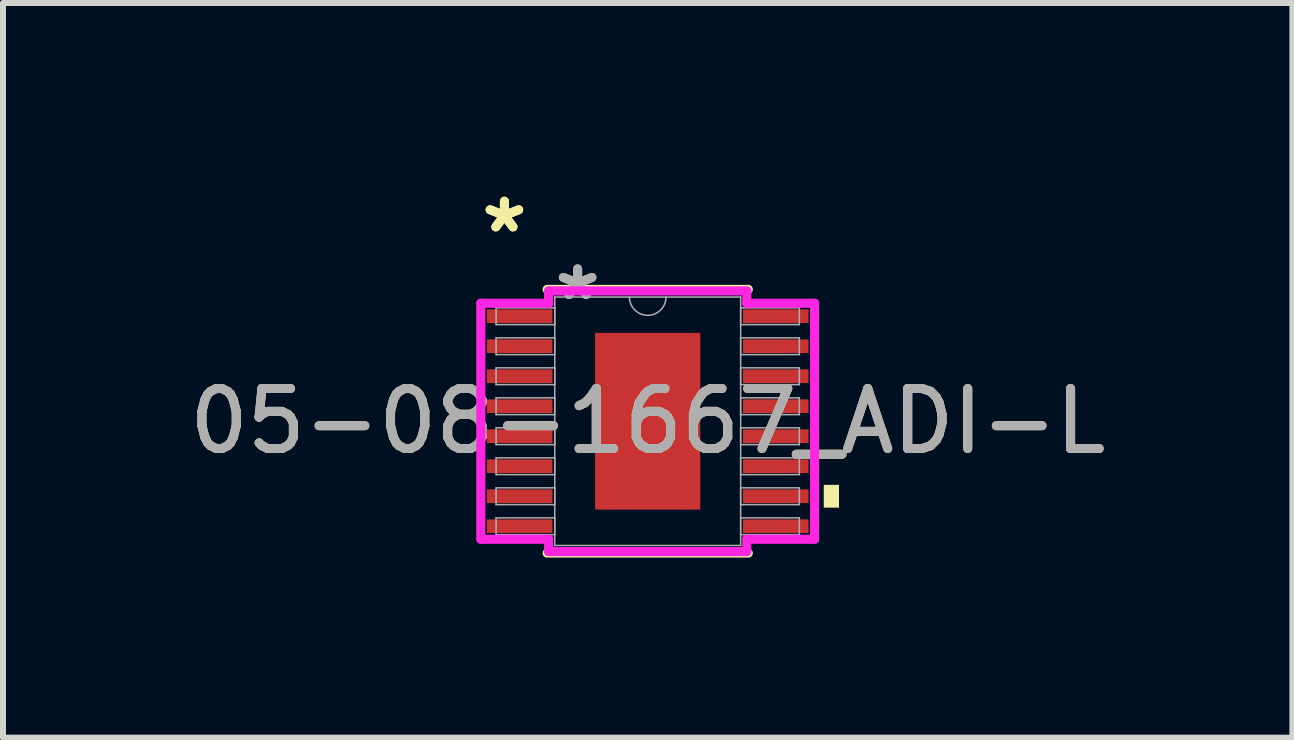
<source format=kicad_pcb>
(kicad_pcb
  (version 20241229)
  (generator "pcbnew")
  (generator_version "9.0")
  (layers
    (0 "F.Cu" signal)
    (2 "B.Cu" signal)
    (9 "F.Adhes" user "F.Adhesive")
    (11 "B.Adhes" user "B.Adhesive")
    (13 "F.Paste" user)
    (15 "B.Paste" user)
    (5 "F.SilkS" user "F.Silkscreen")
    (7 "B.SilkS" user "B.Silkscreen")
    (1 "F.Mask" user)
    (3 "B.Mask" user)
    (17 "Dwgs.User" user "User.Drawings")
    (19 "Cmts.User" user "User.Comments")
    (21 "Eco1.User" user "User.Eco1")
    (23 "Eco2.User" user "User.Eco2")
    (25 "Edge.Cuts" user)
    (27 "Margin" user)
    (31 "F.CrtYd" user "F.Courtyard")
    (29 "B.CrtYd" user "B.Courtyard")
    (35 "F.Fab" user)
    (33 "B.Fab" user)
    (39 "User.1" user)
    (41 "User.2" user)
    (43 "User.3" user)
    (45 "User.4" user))
  (footprint "05-08-1667_ADI-L"
    (layer "F.Cu")
    (at 7.744 3.97)
    (property "Reference" "05-08-1667_ADI-L" (at 0 0 0) (unlocked yes) (layer "F.SilkS") (effects (font (size 1 1) (thickness 0.15))))
    (attr smd)
    (fp_line (start -1.676 2.197) (end 1.676 2.197) (stroke (width 0.152) (type solid)) (layer "F.SilkS"))
    (fp_line (start 1.676 -2.197) (end -1.676 -2.197) (stroke (width 0.152) (type solid)) (layer "F.SilkS"))
    (fp_poly (pts (xy 3.188 1.06) (xy 3.188 1.44) (xy 2.934 1.44) (xy 2.934 1.06)) (stroke (width 0) (type solid)) (fill yes) (layer "F.SilkS"))
    (fp_poly (pts (xy -0.776 -1.373) (xy -0.776 -0.1) (xy 0.776 -0.1) (xy 0.776 -1.373)) (stroke (width 0) (type solid)) (fill yes) (layer "F.Paste"))
    (fp_poly (pts (xy -0.776 0.1) (xy -0.776 1.373) (xy 0.776 1.373) (xy 0.776 0.1)) (stroke (width 0) (type solid)) (fill yes) (layer "F.Paste"))
    (fp_line (start -2.781 -1.966) (end -1.651 -1.966) (stroke (width 0.152) (type solid)) (layer "F.CrtYd"))
    (fp_line (start -2.781 1.966) (end -2.781 -1.966) (stroke (width 0.152) (type solid)) (layer "F.CrtYd"))
    (fp_line (start -2.781 1.966) (end -1.651 1.966) (stroke (width 0.152) (type solid)) (layer "F.CrtYd"))
    (fp_line (start -1.651 -2.172) (end 1.651 -2.172) (stroke (width 0.152) (type solid)) (layer "F.CrtYd"))
    (fp_line (start -1.651 -1.966) (end -1.651 -2.172) (stroke (width 0.152) (type solid)) (layer "F.CrtYd"))
    (fp_line (start -1.651 2.172) (end -1.651 1.966) (stroke (width 0.152) (type solid)) (layer "F.CrtYd"))
    (fp_line (start 1.651 -2.172) (end 1.651 -1.966) (stroke (width 0.152) (type solid)) (layer "F.CrtYd"))
    (fp_line (start 1.651 1.966) (end 1.651 2.172) (stroke (width 0.152) (type solid)) (layer "F.CrtYd"))
    (fp_line (start 1.651 2.172) (end -1.651 2.172) (stroke (width 0.152) (type solid)) (layer "F.CrtYd"))
    (fp_line (start 2.781 -1.966) (end 1.651 -1.966) (stroke (width 0.152) (type solid)) (layer "F.CrtYd"))
    (fp_line (start 2.781 -1.966) (end 2.781 1.966) (stroke (width 0.152) (type solid)) (layer "F.CrtYd"))
    (fp_line (start 2.781 1.966) (end 1.651 1.966) (stroke (width 0.152) (type solid)) (layer "F.CrtYd"))
    (fp_line (start -2.527 -1.89) (end -2.527 -1.61) (stroke (width 0.025) (type solid)) (layer "F.Fab"))
    (fp_line (start -2.527 -1.61) (end -1.549 -1.61) (stroke (width 0.025) (type solid)) (layer "F.Fab"))
    (fp_line (start -2.527 -1.39) (end -2.527 -1.11) (stroke (width 0.025) (type solid)) (layer "F.Fab"))
    (fp_line (start -2.527 -1.11) (end -1.549 -1.11) (stroke (width 0.025) (type solid)) (layer "F.Fab"))
    (fp_line (start -2.527 -0.89) (end -2.527 -0.61) (stroke (width 0.025) (type solid)) (layer "F.Fab"))
    (fp_line (start -2.527 -0.61) (end -1.549 -0.61) (stroke (width 0.025) (type solid)) (layer "F.Fab"))
    (fp_line (start -2.527 -0.39) (end -2.527 -0.11) (stroke (width 0.025) (type solid)) (layer "F.Fab"))
    (fp_line (start -2.527 -0.11) (end -1.549 -0.11) (stroke (width 0.025) (type solid)) (layer "F.Fab"))
    (fp_line (start -2.527 0.11) (end -2.527 0.39) (stroke (width 0.025) (type solid)) (layer "F.Fab"))
    (fp_line (start -2.527 0.39) (end -1.549 0.39) (stroke (width 0.025) (type solid)) (layer "F.Fab"))
    (fp_line (start -2.527 0.61) (end -2.527 0.89) (stroke (width 0.025) (type solid)) (layer "F.Fab"))
    (fp_line (start -2.527 0.89) (end -1.549 0.89) (stroke (width 0.025) (type solid)) (layer "F.Fab"))
    (fp_line (start -2.527 1.11) (end -2.527 1.39) (stroke (width 0.025) (type solid)) (layer "F.Fab"))
    (fp_line (start -2.527 1.39) (end -1.549 1.39) (stroke (width 0.025) (type solid)) (layer "F.Fab"))
    (fp_line (start -2.527 1.61) (end -2.527 1.89) (stroke (width 0.025) (type solid)) (layer "F.Fab"))
    (fp_line (start -2.527 1.89) (end -1.549 1.89) (stroke (width 0.025) (type solid)) (layer "F.Fab"))
    (fp_line (start -1.549 -2.07) (end -1.549 2.07) (stroke (width 0.025) (type solid)) (layer "F.Fab"))
    (fp_line (start -1.549 -1.89) (end -2.527 -1.89) (stroke (width 0.025) (type solid)) (layer "F.Fab"))
    (fp_line (start -1.549 -1.61) (end -1.549 -1.89) (stroke (width 0.025) (type solid)) (layer "F.Fab"))
    (fp_line (start -1.549 -1.39) (end -2.527 -1.39) (stroke (width 0.025) (type solid)) (layer "F.Fab"))
    (fp_line (start -1.549 -1.11) (end -1.549 -1.39) (stroke (width 0.025) (type solid)) (layer "F.Fab"))
    (fp_line (start -1.549 -0.89) (end -2.527 -0.89) (stroke (width 0.025) (type solid)) (layer "F.Fab"))
    (fp_line (start -1.549 -0.61) (end -1.549 -0.89) (stroke (width 0.025) (type solid)) (layer "F.Fab"))
    (fp_line (start -1.549 -0.39) (end -2.527 -0.39) (stroke (width 0.025) (type solid)) (layer "F.Fab"))
    (fp_line (start -1.549 -0.11) (end -1.549 -0.39) (stroke (width 0.025) (type solid)) (layer "F.Fab"))
    (fp_line (start -1.549 0.11) (end -2.527 0.11) (stroke (width 0.025) (type solid)) (layer "F.Fab"))
    (fp_line (start -1.549 0.39) (end -1.549 0.11) (stroke (width 0.025) (type solid)) (layer "F.Fab"))
    (fp_line (start -1.549 0.61) (end -2.527 0.61) (stroke (width 0.025) (type solid)) (layer "F.Fab"))
    (fp_line (start -1.549 0.89) (end -1.549 0.61) (stroke (width 0.025) (type solid)) (layer "F.Fab"))
    (fp_line (start -1.549 1.11) (end -2.527 1.11) (stroke (width 0.025) (type solid)) (layer "F.Fab"))
    (fp_line (start -1.549 1.39) (end -1.549 1.11) (stroke (width 0.025) (type solid)) (layer "F.Fab"))
    (fp_line (start -1.549 1.61) (end -2.527 1.61) (stroke (width 0.025) (type solid)) (layer "F.Fab"))
    (fp_line (start -1.549 1.89) (end -1.549 1.61) (stroke (width 0.025) (type solid)) (layer "F.Fab"))
    (fp_line (start -1.549 2.07) (end 1.549 2.07) (stroke (width 0.025) (type solid)) (layer "F.Fab"))
    (fp_line (start 1.549 -2.07) (end -1.549 -2.07) (stroke (width 0.025) (type solid)) (layer "F.Fab"))
    (fp_line (start 1.549 -1.89) (end 1.549 -1.61) (stroke (width 0.025) (type solid)) (layer "F.Fab"))
    (fp_line (start 1.549 -1.61) (end 2.527 -1.61) (stroke (width 0.025) (type solid)) (layer "F.Fab"))
    (fp_line (start 1.549 -1.39) (end 1.549 -1.11) (stroke (width 0.025) (type solid)) (layer "F.Fab"))
    (fp_line (start 1.549 -1.11) (end 2.527 -1.11) (stroke (width 0.025) (type solid)) (layer "F.Fab"))
    (fp_line (start 1.549 -0.89) (end 1.549 -0.61) (stroke (width 0.025) (type solid)) (layer "F.Fab"))
    (fp_line (start 1.549 -0.61) (end 2.527 -0.61) (stroke (width 0.025) (type solid)) (layer "F.Fab"))
    (fp_line (start 1.549 -0.39) (end 1.549 -0.11) (stroke (width 0.025) (type solid)) (layer "F.Fab"))
    (fp_line (start 1.549 -0.11) (end 2.527 -0.11) (stroke (width 0.025) (type solid)) (layer "F.Fab"))
    (fp_line (start 1.549 0.11) (end 1.549 0.39) (stroke (width 0.025) (type solid)) (layer "F.Fab"))
    (fp_line (start 1.549 0.39) (end 2.527 0.39) (stroke (width 0.025) (type solid)) (layer "F.Fab"))
    (fp_line (start 1.549 0.61) (end 1.549 0.89) (stroke (width 0.025) (type solid)) (layer "F.Fab"))
    (fp_line (start 1.549 0.89) (end 2.527 0.89) (stroke (width 0.025) (type solid)) (layer "F.Fab"))
    (fp_line (start 1.549 1.11) (end 1.549 1.39) (stroke (width 0.025) (type solid)) (layer "F.Fab"))
    (fp_line (start 1.549 1.39) (end 2.527 1.39) (stroke (width 0.025) (type solid)) (layer "F.Fab"))
    (fp_line (start 1.549 1.61) (end 1.549 1.89) (stroke (width 0.025) (type solid)) (layer "F.Fab"))
    (fp_line (start 1.549 1.89) (end 2.527 1.89) (stroke (width 0.025) (type solid)) (layer "F.Fab"))
    (fp_line (start 1.549 2.07) (end 1.549 -2.07) (stroke (width 0.025) (type solid)) (layer "F.Fab"))
    (fp_line (start 2.527 -1.89) (end 1.549 -1.89) (stroke (width 0.025) (type solid)) (layer "F.Fab"))
    (fp_line (start 2.527 -1.61) (end 2.527 -1.89) (stroke (width 0.025) (type solid)) (layer "F.Fab"))
    (fp_line (start 2.527 -1.39) (end 1.549 -1.39) (stroke (width 0.025) (type solid)) (layer "F.Fab"))
    (fp_line (start 2.527 -1.11) (end 2.527 -1.39) (stroke (width 0.025) (type solid)) (layer "F.Fab"))
    (fp_line (start 2.527 -0.89) (end 1.549 -0.89) (stroke (width 0.025) (type solid)) (layer "F.Fab"))
    (fp_line (start 2.527 -0.61) (end 2.527 -0.89) (stroke (width 0.025) (type solid)) (layer "F.Fab"))
    (fp_line (start 2.527 -0.39) (end 1.549 -0.39) (stroke (width 0.025) (type solid)) (layer "F.Fab"))
    (fp_line (start 2.527 -0.11) (end 2.527 -0.39) (stroke (width 0.025) (type solid)) (layer "F.Fab"))
    (fp_line (start 2.527 0.11) (end 1.549 0.11) (stroke (width 0.025) (type solid)) (layer "F.Fab"))
    (fp_line (start 2.527 0.39) (end 2.527 0.11) (stroke (width 0.025) (type solid)) (layer "F.Fab"))
    (fp_line (start 2.527 0.61) (end 1.549 0.61) (stroke (width 0.025) (type solid)) (layer "F.Fab"))
    (fp_line (start 2.527 0.89) (end 2.527 0.61) (stroke (width 0.025) (type solid)) (layer "F.Fab"))
    (fp_line (start 2.527 1.11) (end 1.549 1.11) (stroke (width 0.025) (type solid)) (layer "F.Fab"))
    (fp_line (start 2.527 1.39) (end 2.527 1.11) (stroke (width 0.025) (type solid)) (layer "F.Fab"))
    (fp_line (start 2.527 1.61) (end 1.549 1.61) (stroke (width 0.025) (type solid)) (layer "F.Fab"))
    (fp_line (start 2.527 1.89) (end 2.527 1.61) (stroke (width 0.025) (type solid)) (layer "F.Fab"))
    (fp_arc (start 0.3048 -2.0701) (mid 0 -1.7653) (end -0.3048 -2.0701) (stroke (width 0.0254) (type solid)) (layer "F.Fab"))
    (fp_text user "*" (at -2.388 -3.122 0) (layer "F.SilkS") (effects (font (size 1 1) (thickness 0.15))))
    (fp_text user "*" (at -2.388 -3.122 0) (unlocked yes) (layer "F.SilkS") (effects (font (size 1 1) (thickness 0.15))))
    (fp_text user "*" (at -1.168 -1.994 0) (unlocked yes) (layer "F.Fab") (effects (font (size 1 1) (thickness 0.15))))
    (fp_text user "${REFERENCE}" (at 0 0 0) (unlocked yes) (layer "F.Fab") (effects (font (size 1 1) (thickness 0.15))))
    (fp_text user "*" (at -1.168 -1.994 0) (layer "F.Fab") (effects (font (size 1 1) (thickness 0.15))))
    (pad "1" smd rect (at -2.134 -1.75) (size 1.092 0.229) (layers "F.Cu" "F.Mask" "F.Paste"))
    (pad "2" smd rect (at -2.134 -1.25) (size 1.092 0.229) (layers "F.Cu" "F.Mask" "F.Paste"))
    (pad "3" smd rect (at -2.134 -0.75) (size 1.092 0.229) (layers "F.Cu" "F.Mask" "F.Paste"))
    (pad "4" smd rect (at -2.134 -0.25) (size 1.092 0.229) (layers "F.Cu" "F.Mask" "F.Paste"))
    (pad "5" smd rect (at -2.134 0.25) (size 1.092 0.229) (layers "F.Cu" "F.Mask" "F.Paste"))
    (pad "6" smd rect (at -2.134 0.75) (size 1.092 0.229) (layers "F.Cu" "F.Mask" "F.Paste"))
    (pad "7" smd rect (at -2.134 1.25) (size 1.092 0.229) (layers "F.Cu" "F.Mask" "F.Paste"))
    (pad "8" smd rect (at -2.134 1.75) (size 1.092 0.229) (layers "F.Cu" "F.Mask" "F.Paste"))
    (pad "9" smd rect (at 2.134 1.75) (size 1.092 0.229) (layers "F.Cu" "F.Mask" "F.Paste"))
    (pad "10" smd rect (at 2.134 1.25) (size 1.092 0.229) (layers "F.Cu" "F.Mask" "F.Paste"))
    (pad "11" smd rect (at 2.134 0.75) (size 1.092 0.229) (layers "F.Cu" "F.Mask" "F.Paste"))
    (pad "12" smd rect (at 2.134 0.25) (size 1.092 0.229) (layers "F.Cu" "F.Mask" "F.Paste"))
    (pad "13" smd rect (at 2.134 -0.25) (size 1.092 0.229) (layers "F.Cu" "F.Mask" "F.Paste"))
    (pad "14" smd rect (at 2.134 -0.75) (size 1.092 0.229) (layers "F.Cu" "F.Mask" "F.Paste"))
    (pad "15" smd rect (at 2.134 -1.25) (size 1.092 0.229) (layers "F.Cu" "F.Mask" "F.Paste"))
    (pad "16" smd rect (at 2.134 -1.75) (size 1.092 0.229) (layers "F.Cu" "F.Mask" "F.Paste"))
    (pad "17" smd rect (at 0 0) (size 1.753 2.946) (layers "F.Cu" "F.Mask")))
  (gr_rect
    (start -3 -3)
    (end 18.488 9.243)
    (stroke (width 0.1) (type default))
    (fill no)
    (layer "Edge.Cuts")))
</source>
